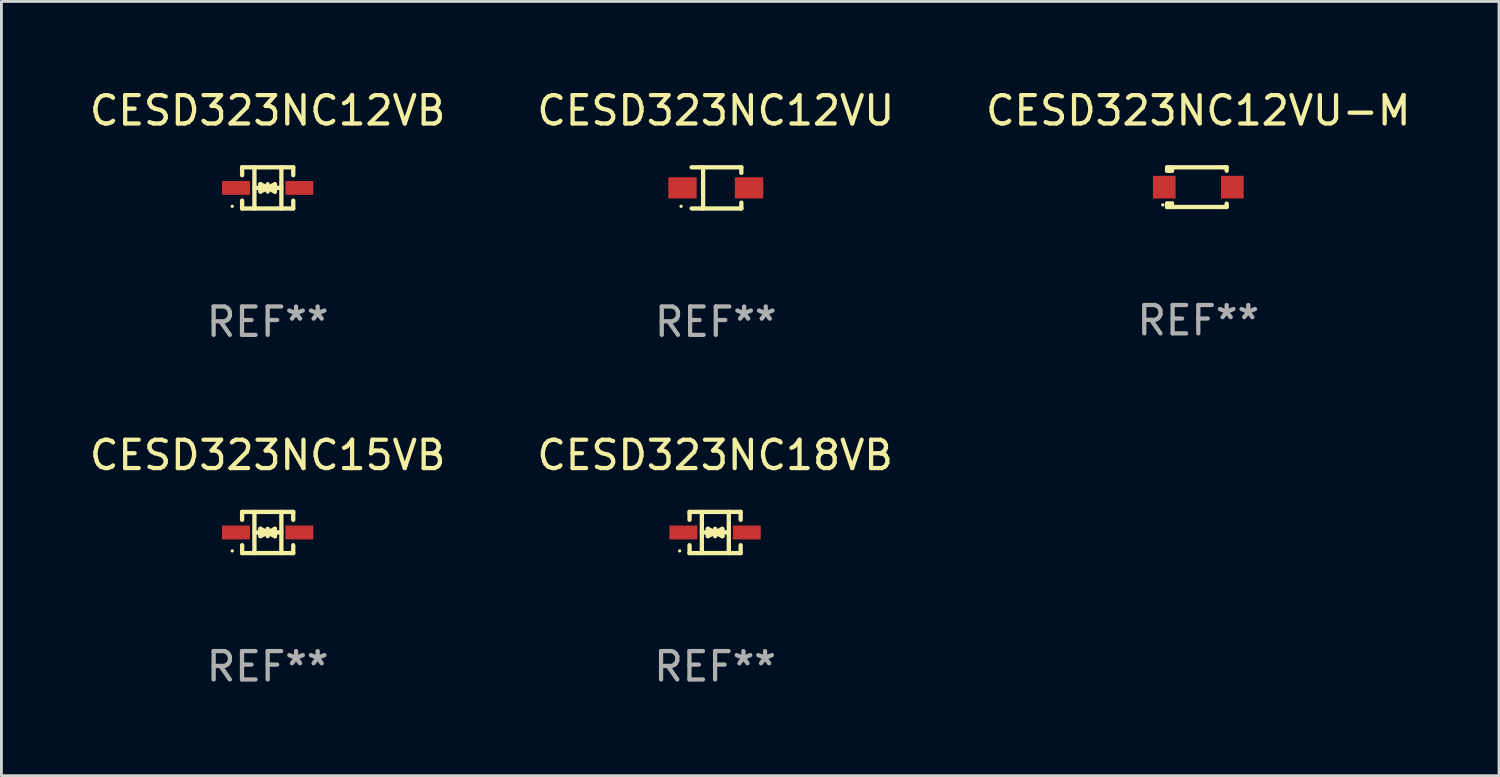
<source format=kicad_pcb>
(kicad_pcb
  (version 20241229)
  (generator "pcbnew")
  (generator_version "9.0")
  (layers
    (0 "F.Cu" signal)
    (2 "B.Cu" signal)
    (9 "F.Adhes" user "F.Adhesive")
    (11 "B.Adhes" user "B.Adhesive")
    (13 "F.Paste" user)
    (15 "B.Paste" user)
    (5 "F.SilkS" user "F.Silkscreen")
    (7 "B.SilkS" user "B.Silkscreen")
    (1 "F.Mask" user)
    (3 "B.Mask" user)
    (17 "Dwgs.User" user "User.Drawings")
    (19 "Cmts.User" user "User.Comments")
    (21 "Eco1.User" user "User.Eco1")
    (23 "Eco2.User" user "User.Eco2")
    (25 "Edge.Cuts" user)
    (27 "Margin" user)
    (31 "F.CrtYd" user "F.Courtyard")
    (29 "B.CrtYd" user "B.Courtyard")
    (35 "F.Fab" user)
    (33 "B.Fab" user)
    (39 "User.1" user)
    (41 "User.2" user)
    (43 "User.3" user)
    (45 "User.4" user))
  (footprint "CESD323NC12VU"
    (layer "F.Cu")
    (at 22.185 3.574)
    (property "Reference" "CESD323NC12VU" (at 0 -2.726 0) (layer "F.SilkS") (effects (font (size 1 1) (thickness 0.15))))
    (attr through_hole)
    (fp_line (start -0.851 -0.726) (end 0.901 -0.726) (stroke (width 0.152) (type solid)) (layer "F.SilkS"))
    (fp_line (start -0.851 0.726) (end 0.901 0.726) (stroke (width 0.152) (type solid)) (layer "F.SilkS"))
    (fp_line (start -0.447 -0.726) (end -0.447 0.726) (stroke (width 0.152) (type solid)) (layer "F.SilkS"))
    (fp_line (start 0.901 -0.726) (end 0.901 -0.53) (stroke (width 0.152) (type solid)) (layer "F.SilkS"))
    (fp_line (start 0.901 0.726) (end 0.901 0.52) (stroke (width 0.152) (type solid)) (layer "F.SilkS"))
    (fp_circle (center -1.225 0.65) (end -1.195 0.65) (stroke (width 0.06) (type solid)) (fill no) (layer "F.SilkS"))
    (fp_text user "REF**" (at 0 4.726 0) (layer "F.Fab") (effects (font (size 1 1) (thickness 0.15))))
    (pad "1" smd rect (at -1.173 0) (size 1 0.75) (layers "F.Cu" "F.Mask" "F.Paste"))
    (pad "2" smd rect (at 1.173 0) (size 1 0.75) (layers "F.Cu" "F.Mask" "F.Paste")))
  (footprint "CESD323NC18VB"
    (layer "F.Cu")
    (at 22.161 15.723)
    (property "Reference" "CESD323NC18VB" (at 0 -2.726 0) (layer "F.SilkS") (effects (font (size 1 1) (thickness 0.15))))
    (attr through_hole)
    (fp_line (start -0.901 -0.726) (end -0.901 -0.448) (stroke (width 0.152) (type solid)) (layer "F.SilkS"))
    (fp_line (start -0.901 0.726) (end -0.901 0.448) (stroke (width 0.152) (type solid)) (layer "F.SilkS"))
    (fp_line (start -0.467 0) (end 0.483 -0.003) (stroke (width 0.154) (type solid)) (layer "F.SilkS"))
    (fp_line (start -0.467 0.726) (end -0.467 -0.726) (stroke (width 0.152) (type solid)) (layer "F.SilkS"))
    (fp_line (start -0.254 -0.127) (end -0.254 -0.127) (stroke (width 0.154) (type solid)) (layer "F.SilkS"))
    (fp_line (start -0.254 -0.127) (end -0.002 -0.003) (stroke (width 0.154) (type solid)) (layer "F.SilkS"))
    (fp_line (start -0.254 0.127) (end -0.254 -0.127) (stroke (width 0.154) (type solid)) (layer "F.SilkS"))
    (fp_line (start -0.127 0) (end 0.003 0) (stroke (width 0.154) (type solid)) (layer "F.SilkS"))
    (fp_line (start -0.003 0) (end -0.254 0.127) (stroke (width 0.154) (type solid)) (layer "F.SilkS"))
    (fp_line (start 0 -0.127) (end 0 0.127) (stroke (width 0.154) (type solid)) (layer "F.SilkS"))
    (fp_line (start 0.003 0) (end 0.254 -0.127) (stroke (width 0.154) (type solid)) (layer "F.SilkS"))
    (fp_line (start 0.127 0) (end -0.003 0) (stroke (width 0.154) (type solid)) (layer "F.SilkS"))
    (fp_line (start 0.254 -0.127) (end 0.254 0.127) (stroke (width 0.154) (type solid)) (layer "F.SilkS"))
    (fp_line (start 0.254 0.127) (end 0.002 0.003) (stroke (width 0.154) (type solid)) (layer "F.SilkS"))
    (fp_line (start 0.254 0.127) (end 0.254 0.127) (stroke (width 0.154) (type solid)) (layer "F.SilkS"))
    (fp_line (start 0.483 0.726) (end 0.483 -0.726) (stroke (width 0.152) (type solid)) (layer "F.SilkS"))
    (fp_line (start 0.901 -0.726) (end -0.901 -0.726) (stroke (width 0.152) (type solid)) (layer "F.SilkS"))
    (fp_line (start 0.901 -0.726) (end 0.901 -0.448) (stroke (width 0.152) (type solid)) (layer "F.SilkS"))
    (fp_line (start 0.901 0.726) (end -0.901 0.726) (stroke (width 0.152) (type solid)) (layer "F.SilkS"))
    (fp_line (start 0.901 0.726) (end 0.901 0.448) (stroke (width 0.152) (type solid)) (layer "F.SilkS"))
    (fp_circle (center -1.25 0.65) (end -1.22 0.65) (stroke (width 0.06) (type solid)) (fill no) (layer "F.SilkS"))
    (fp_text user "REF**" (at 0 4.726 0) (layer "F.Fab") (effects (font (size 1 1) (thickness 0.15))))
    (pad "1" smd rect (at -1.118 0) (size 0.985 0.49) (layers "F.Cu" "F.Mask" "F.Paste"))
    (pad "2" smd rect (at 1.118 0) (size 0.985 0.49) (layers "F.Cu" "F.Mask" "F.Paste")))
  (footprint "CESD323NC15VB"
    (layer "F.Cu")
    (at 6.387 15.723)
    (property "Reference" "CESD323NC15VB" (at 0 -2.726 0) (layer "F.SilkS") (effects (font (size 1 1) (thickness 0.15))))
    (attr through_hole)
    (fp_line (start -0.901 -0.726) (end -0.901 -0.448) (stroke (width 0.152) (type solid)) (layer "F.SilkS"))
    (fp_line (start -0.901 0.726) (end -0.901 0.448) (stroke (width 0.152) (type solid)) (layer "F.SilkS"))
    (fp_line (start -0.467 0) (end 0.483 -0.003) (stroke (width 0.154) (type solid)) (layer "F.SilkS"))
    (fp_line (start -0.467 0.726) (end -0.467 -0.726) (stroke (width 0.152) (type solid)) (layer "F.SilkS"))
    (fp_line (start -0.254 -0.127) (end -0.254 -0.127) (stroke (width 0.154) (type solid)) (layer "F.SilkS"))
    (fp_line (start -0.254 -0.127) (end -0.002 -0.003) (stroke (width 0.154) (type solid)) (layer "F.SilkS"))
    (fp_line (start -0.254 0.127) (end -0.254 -0.127) (stroke (width 0.154) (type solid)) (layer "F.SilkS"))
    (fp_line (start -0.127 0) (end 0.003 0) (stroke (width 0.154) (type solid)) (layer "F.SilkS"))
    (fp_line (start -0.003 0) (end -0.254 0.127) (stroke (width 0.154) (type solid)) (layer "F.SilkS"))
    (fp_line (start 0 -0.127) (end 0 0.127) (stroke (width 0.154) (type solid)) (layer "F.SilkS"))
    (fp_line (start 0.003 0) (end 0.254 -0.127) (stroke (width 0.154) (type solid)) (layer "F.SilkS"))
    (fp_line (start 0.127 0) (end -0.003 0) (stroke (width 0.154) (type solid)) (layer "F.SilkS"))
    (fp_line (start 0.254 -0.127) (end 0.254 0.127) (stroke (width 0.154) (type solid)) (layer "F.SilkS"))
    (fp_line (start 0.254 0.127) (end 0.002 0.003) (stroke (width 0.154) (type solid)) (layer "F.SilkS"))
    (fp_line (start 0.254 0.127) (end 0.254 0.127) (stroke (width 0.154) (type solid)) (layer "F.SilkS"))
    (fp_line (start 0.483 0.726) (end 0.483 -0.726) (stroke (width 0.152) (type solid)) (layer "F.SilkS"))
    (fp_line (start 0.901 -0.726) (end -0.901 -0.726) (stroke (width 0.152) (type solid)) (layer "F.SilkS"))
    (fp_line (start 0.901 -0.726) (end 0.901 -0.448) (stroke (width 0.152) (type solid)) (layer "F.SilkS"))
    (fp_line (start 0.901 0.726) (end -0.901 0.726) (stroke (width 0.152) (type solid)) (layer "F.SilkS"))
    (fp_line (start 0.901 0.726) (end 0.901 0.448) (stroke (width 0.152) (type solid)) (layer "F.SilkS"))
    (fp_circle (center -1.25 0.65) (end -1.22 0.65) (stroke (width 0.06) (type solid)) (fill no) (layer "F.SilkS"))
    (fp_text user "REF**" (at 0 4.726 0) (layer "F.Fab") (effects (font (size 1 1) (thickness 0.15))))
    (pad "1" smd rect (at -1.118 0) (size 0.985 0.49) (layers "F.Cu" "F.Mask" "F.Paste"))
    (pad "2" smd rect (at 1.118 0) (size 0.985 0.49) (layers "F.Cu" "F.Mask" "F.Paste")))
  (footprint "CESD323NC12VU-M"
    (layer "F.Cu")
    (at 39.196 3.548)
    (property "Reference" "CESD323NC12VU-M" (at 0 -2.7 0) (layer "F.SilkS") (effects (font (size 1 1) (thickness 0.15))))
    (attr through_hole)
    (fp_line (start -1.1 -0.7) (end -1.1 -0.58) (stroke (width 0.152) (type solid)) (layer "F.SilkS"))
    (fp_line (start -1.1 0.58) (end -1.1 0.7) (stroke (width 0.152) (type solid)) (layer "F.SilkS"))
    (fp_line (start -1.1 0.58) (end -0.927 0.58) (stroke (width 0.152) (type solid)) (layer "F.SilkS"))
    (fp_line (start -1.1 0.7) (end 0.9 0.7) (stroke (width 0.152) (type solid)) (layer "F.SilkS"))
    (fp_line (start -1.014 -0.58) (end -1.014 -0.7) (stroke (width 0.152) (type solid)) (layer "F.SilkS"))
    (fp_line (start -1.014 0.7) (end -1.014 0.58) (stroke (width 0.152) (type solid)) (layer "F.SilkS"))
    (fp_line (start -0.927 -0.7) (end -0.927 -0.58) (stroke (width 0.152) (type solid)) (layer "F.SilkS"))
    (fp_line (start -0.927 -0.58) (end -1.1 -0.58) (stroke (width 0.152) (type solid)) (layer "F.SilkS"))
    (fp_line (start -0.927 0.58) (end -0.927 0.7) (stroke (width 0.152) (type solid)) (layer "F.SilkS"))
    (fp_line (start 0.9 -0.7) (end -1.1 -0.7) (stroke (width 0.152) (type solid)) (layer "F.SilkS"))
    (fp_line (start 0.9 0.7) (end 1 0.7) (stroke (width 0.152) (type solid)) (layer "F.SilkS"))
    (fp_line (start 1 -0.7) (end 0.9 -0.7) (stroke (width 0.152) (type solid)) (layer "F.SilkS"))
    (fp_line (start 1 -0.58) (end 1 -0.7) (stroke (width 0.152) (type solid)) (layer "F.SilkS"))
    (fp_line (start 1 0.7) (end 1 0.58) (stroke (width 0.152) (type solid)) (layer "F.SilkS"))
    (fp_circle (center -1.25 0.625) (end -1.22 0.625) (stroke (width 0.06) (type solid)) (fill no) (layer "F.SilkS"))
    (fp_text user "REF**" (at 0 4.7 0) (layer "F.Fab") (effects (font (size 1 1) (thickness 0.15))))
    (pad "1" smd rect (at -1.2 0) (size 0.8 0.8) (layers "F.Cu" "F.Mask" "F.Paste"))
    (pad "2" smd rect (at 1.2 0) (size 0.8 0.8) (layers "F.Cu" "F.Mask" "F.Paste")))
  (footprint "CESD323NC12VB"
    (layer "F.Cu")
    (at 6.387 3.574)
    (property "Reference" "CESD323NC12VB" (at 0 -2.726 0) (layer "F.SilkS") (effects (font (size 1 1) (thickness 0.15))))
    (attr through_hole)
    (fp_line (start -0.901 -0.726) (end -0.901 -0.448) (stroke (width 0.152) (type solid)) (layer "F.SilkS"))
    (fp_line (start -0.901 0.726) (end -0.901 0.448) (stroke (width 0.152) (type solid)) (layer "F.SilkS"))
    (fp_line (start -0.467 0) (end 0.483 -0.003) (stroke (width 0.154) (type solid)) (layer "F.SilkS"))
    (fp_line (start -0.467 0.726) (end -0.467 -0.726) (stroke (width 0.152) (type solid)) (layer "F.SilkS"))
    (fp_line (start -0.254 -0.127) (end -0.254 -0.127) (stroke (width 0.154) (type solid)) (layer "F.SilkS"))
    (fp_line (start -0.254 -0.127) (end -0.002 -0.003) (stroke (width 0.154) (type solid)) (layer "F.SilkS"))
    (fp_line (start -0.254 0.127) (end -0.254 -0.127) (stroke (width 0.154) (type solid)) (layer "F.SilkS"))
    (fp_line (start -0.127 0) (end 0.003 0) (stroke (width 0.154) (type solid)) (layer "F.SilkS"))
    (fp_line (start -0.003 0) (end -0.254 0.127) (stroke (width 0.154) (type solid)) (layer "F.SilkS"))
    (fp_line (start 0 -0.127) (end 0 0.127) (stroke (width 0.154) (type solid)) (layer "F.SilkS"))
    (fp_line (start 0.003 0) (end 0.254 -0.127) (stroke (width 0.154) (type solid)) (layer "F.SilkS"))
    (fp_line (start 0.127 0) (end -0.003 0) (stroke (width 0.154) (type solid)) (layer "F.SilkS"))
    (fp_line (start 0.254 -0.127) (end 0.254 0.127) (stroke (width 0.154) (type solid)) (layer "F.SilkS"))
    (fp_line (start 0.254 0.127) (end 0.002 0.003) (stroke (width 0.154) (type solid)) (layer "F.SilkS"))
    (fp_line (start 0.254 0.127) (end 0.254 0.127) (stroke (width 0.154) (type solid)) (layer "F.SilkS"))
    (fp_line (start 0.483 0.726) (end 0.483 -0.726) (stroke (width 0.152) (type solid)) (layer "F.SilkS"))
    (fp_line (start 0.901 -0.726) (end -0.901 -0.726) (stroke (width 0.152) (type solid)) (layer "F.SilkS"))
    (fp_line (start 0.901 -0.726) (end 0.901 -0.448) (stroke (width 0.152) (type solid)) (layer "F.SilkS"))
    (fp_line (start 0.901 0.726) (end -0.901 0.726) (stroke (width 0.152) (type solid)) (layer "F.SilkS"))
    (fp_line (start 0.901 0.726) (end 0.901 0.448) (stroke (width 0.152) (type solid)) (layer "F.SilkS"))
    (fp_circle (center -1.25 0.65) (end -1.22 0.65) (stroke (width 0.06) (type solid)) (fill no) (layer "F.SilkS"))
    (fp_text user "REF**" (at 0 4.726 0) (layer "F.Fab") (effects (font (size 1 1) (thickness 0.15))))
    (pad "1" smd rect (at -1.118 0) (size 0.985 0.49) (layers "F.Cu" "F.Mask" "F.Paste"))
    (pad "2" smd rect (at 1.118 0) (size 0.985 0.49) (layers "F.Cu" "F.Mask" "F.Paste")))
  (gr_rect
    (start -3 -3)
    (end 49.798 24.298)
    (stroke (width 0.1) (type default))
    (fill no)
    (layer "Edge.Cuts")))
</source>
